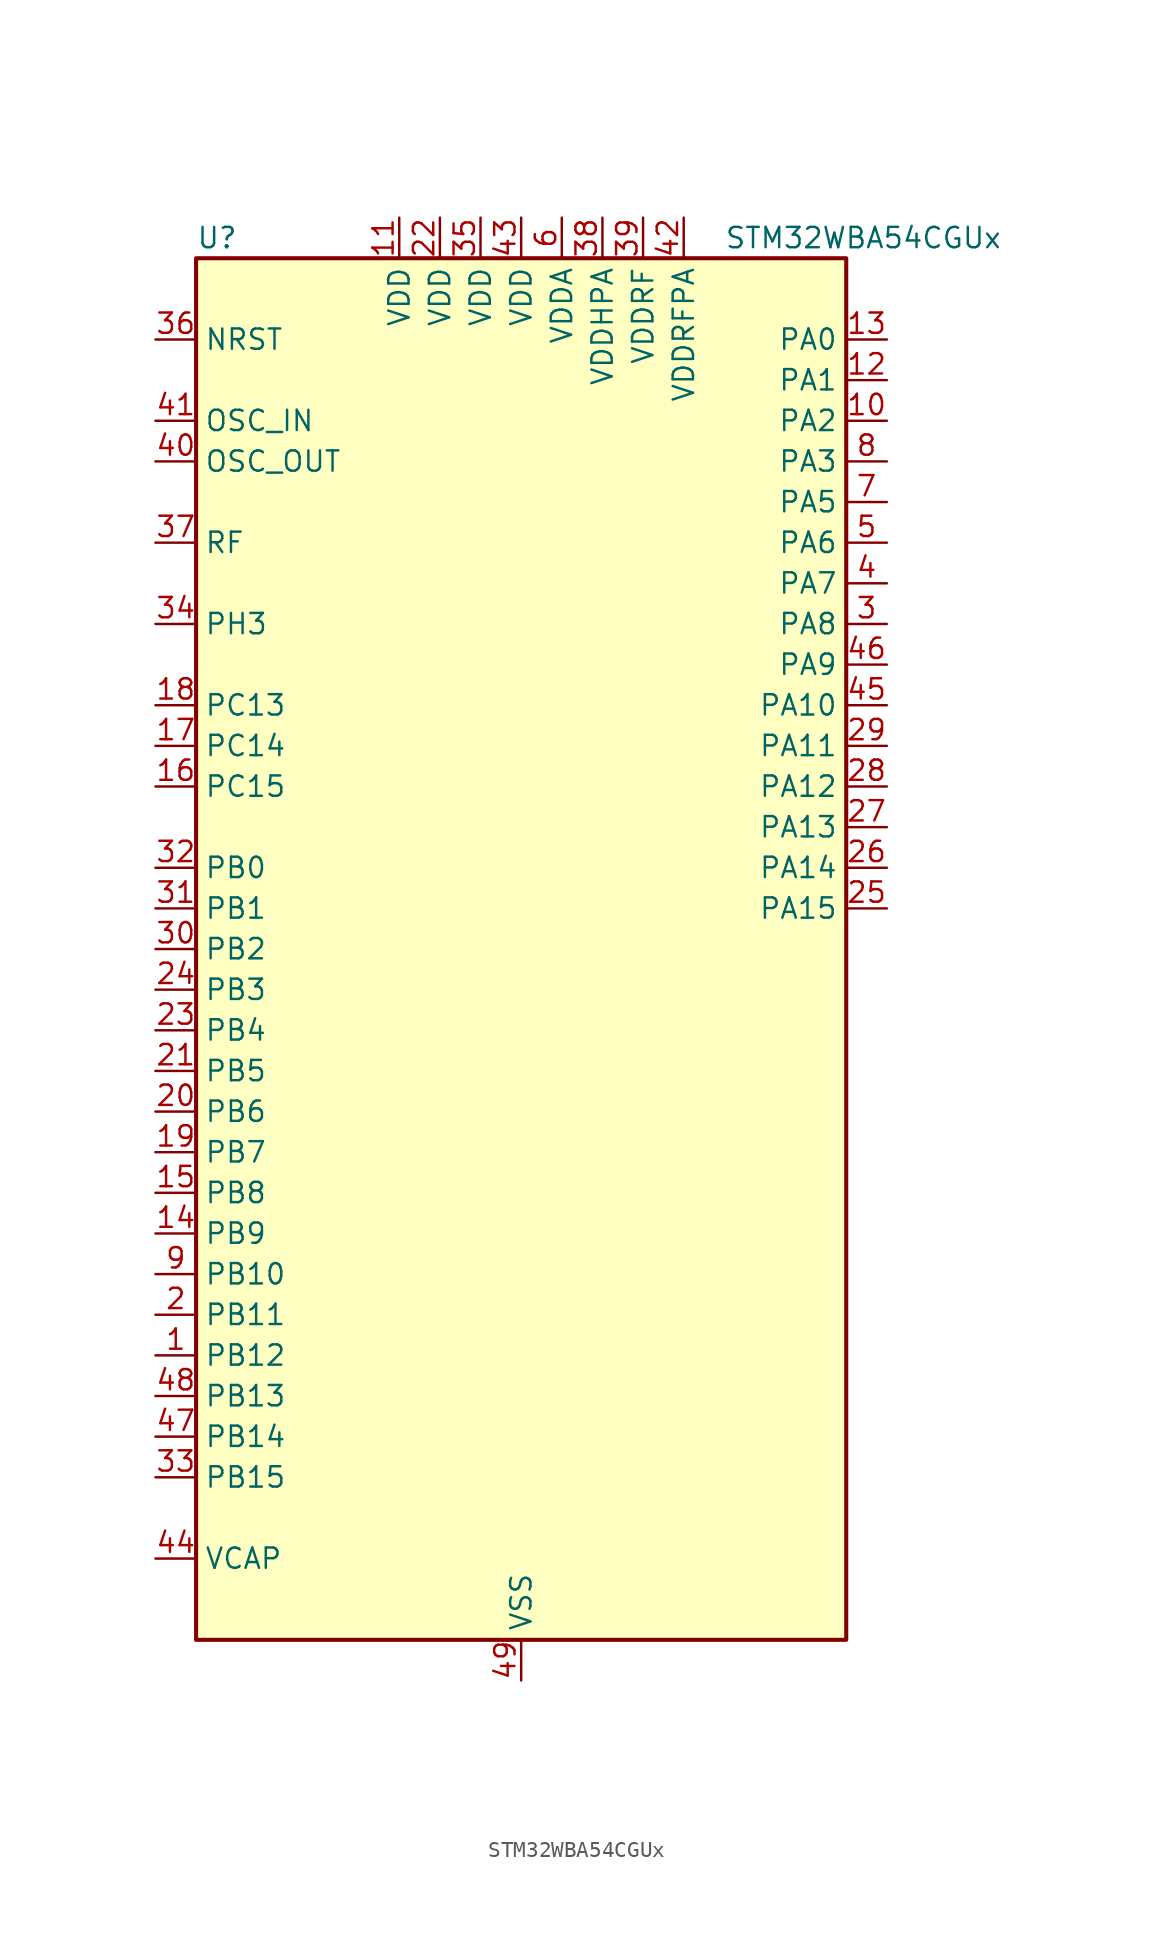
<source format=kicad_sym>
(kicad_symbol_lib
  (version 20231120)
  (generator "kicad-library-utils")
  (generator_version "8.0")
  (symbol "STM32WBA54CGUx"
    (property "Reference" "U"
      (at -20.32 44.45 0)
      (effects (font (size 1.27 1.27)) (justify left)))
    (property "Value" "STM32WBA54CGUx"
      (at 12.7 44.45 0)
      (effects (font (size 1.27 1.27)) (justify left)))
    (symbol "STM32WBA54CGUx_0_1"
      (rectangle (start -20.32 -43.18) (end 20.32 43.18) (stroke (width 0.254) (type default)) (fill (type background))))
    (symbol "STM32WBA54CGUx_1_1"
      (pin bidirectional line (at -22.86 -25.4 0) (length 2.54) (name "PB12" (effects (font (size 1.27 1.27)))) (number "1" (effects (font (size 1.27 1.27)))) (alternate "SAI1_SD_A" bidirectional line) (alternate "SPI1_RDY" bidirectional line) (alternate "TIM2_CH1" bidirectional line) (alternate "TIM2_ETR" bidirectional line) (alternate "TIM3_ETR" bidirectional line) (alternate "TSC_SYNC" bidirectional line) (alternate "USART1_TX" bidirectional line))
      (pin bidirectional line (at 22.86 33.02 180) (length 2.54) (name "PA2" (effects (font (size 1.27 1.27)))) (number "10" (effects (font (size 1.27 1.27)))) (alternate "ADC4_IN7" bidirectional line) (alternate "COMP1_INP" bidirectional line) (alternate "LPUART1_TX" bidirectional line) (alternate "PWR_WKUP4" bidirectional line) (alternate "RCC_LSCO" bidirectional line) (alternate "SAI1_D1" bidirectional line) (alternate "TIM16_CH1" bidirectional line) (alternate "TIM1_BKIN" bidirectional line) (alternate "TIM3_CH1" bidirectional line) (alternate "TSC_G4_IO4" bidirectional line) (alternate "USART1_DE" bidirectional line) (alternate "USART1_RTS" bidirectional line))
      (pin power_in line (at -7.62 45.72 270) (length 2.54) (name "VDD" (effects (font (size 1.27 1.27)))) (number "11" (effects (font (size 1.27 1.27)))))
      (pin bidirectional line (at 22.86 35.56 180) (length 2.54) (name "PA1" (effects (font (size 1.27 1.27)))) (number "12" (effects (font (size 1.27 1.27)))) (alternate "ADC4_IN8" bidirectional line) (alternate "COMP1_INM" bidirectional line) (alternate "LPTIM2_CH2" bidirectional line) (alternate "LPUART1_RX" bidirectional line) (alternate "PWR_WKUP3" bidirectional line) (alternate "SAI1_CK1" bidirectional line) (alternate "SPI1_RDY" bidirectional line) (alternate "TIM17_CH1" bidirectional line) (alternate "TIM1_CH1N" bidirectional line) (alternate "TIM3_CH2" bidirectional line) (alternate "TSC_G2_IO1" bidirectional line) (alternate "USART1_CK" bidirectional line))
      (pin bidirectional line (at 22.86 38.1 180) (length 2.54) (name "PA0" (effects (font (size 1.27 1.27)))) (number "13" (effects (font (size 1.27 1.27)))) (alternate "ADC4_IN9" bidirectional line) (alternate "COMP2_INP" bidirectional line) (alternate "LPTIM1_IN1" bidirectional line) (alternate "LPUART1_CTS" bidirectional line) (alternate "PWR_WKUP1" bidirectional line) (alternate "SPI3_SCK" bidirectional line) (alternate "TIM1_CH2N" bidirectional line) (alternate "TIM3_CH3" bidirectional line) (alternate "TIM3_ETR" bidirectional line) (alternate "TSC_G2_IO2" bidirectional line))
      (pin bidirectional line (at -22.86 -17.78 0) (length 2.54) (name "PB9" (effects (font (size 1.27 1.27)))) (number "14" (effects (font (size 1.27 1.27)))) (alternate "ADC4_IN10" bidirectional line) (alternate "COMP2_INM" bidirectional line) (alternate "IR_OUT" bidirectional line) (alternate "LPTIM2_IN1" bidirectional line) (alternate "LPUART1_DE" bidirectional line) (alternate "LPUART1_RTS" bidirectional line) (alternate "PWR_WKUP8" bidirectional line) (alternate "SPI3_MISO" bidirectional line) (alternate "TIM16_CH1" bidirectional line) (alternate "TIM1_CH3N" bidirectional line) (alternate "TIM3_CH4" bidirectional line) (alternate "TSC_G2_IO3" bidirectional line))
      (pin bidirectional line (at -22.86 -15.24 0) (length 2.54) (name "PB8" (effects (font (size 1.27 1.27)))) (number "15" (effects (font (size 1.27 1.27)))) (alternate "COMP1_OUT" bidirectional line) (alternate "LPTIM1_ETR" bidirectional line) (alternate "PWR_PVD_IN" bidirectional line) (alternate "SPI3_MOSI" bidirectional line) (alternate "TIM16_CH1N" bidirectional line) (alternate "TIM1_CH1" bidirectional line) (alternate "TIM3_ETR" bidirectional line) (alternate "TSC_G2_IO4" bidirectional line) (alternate "USART2_RX" bidirectional line))
      (pin bidirectional line (at -22.86 10.16 0) (length 2.54) (name "PC15" (effects (font (size 1.27 1.27)))) (number "16" (effects (font (size 1.27 1.27)))) (alternate "ADC4_EXTI15" bidirectional line) (alternate "RCC_OSC32_OUT" bidirectional line))
      (pin bidirectional line (at -22.86 12.7 0) (length 2.54) (name "PC14" (effects (font (size 1.27 1.27)))) (number "17" (effects (font (size 1.27 1.27)))) (alternate "RCC_OSC32_IN" bidirectional line))
      (pin bidirectional line (at -22.86 15.24 0) (length 2.54) (name "PC13" (effects (font (size 1.27 1.27)))) (number "18" (effects (font (size 1.27 1.27)))) (alternate "PWR_WKUP2" bidirectional line) (alternate "RTC_OUT1" bidirectional line) (alternate "RTC_TS" bidirectional line) (alternate "TAMP_IN4" bidirectional line) (alternate "TAMP_OUT5" bidirectional line) (alternate "TIM1_BKIN2" bidirectional line) (alternate "TSC_G5_IO1" bidirectional line))
      (pin bidirectional line (at -22.86 -12.7 0) (length 2.54) (name "PB7" (effects (font (size 1.27 1.27)))) (number "19" (effects (font (size 1.27 1.27)))) (alternate "PWR_WKUP5" bidirectional line) (alternate "SAI1_SD_B" bidirectional line) (alternate "TAMP_IN5" bidirectional line) (alternate "TAMP_OUT4" bidirectional line) (alternate "TIM1_CH4N" bidirectional line) (alternate "TSC_G5_IO2" bidirectional line))
      (pin bidirectional line (at -22.86 -22.86 0) (length 2.54) (name "PB11" (effects (font (size 1.27 1.27)))) (number "2" (effects (font (size 1.27 1.27)))) (alternate "LPTIM1_CH1" bidirectional line) (alternate "LPTIM1_ETR" bidirectional line) (alternate "LPUART1_TX" bidirectional line))
      (pin bidirectional line (at -22.86 -10.16 0) (length 2.54) (name "PB6" (effects (font (size 1.27 1.27)))) (number "20" (effects (font (size 1.27 1.27)))) (alternate "PWR_WKUP3" bidirectional line) (alternate "SAI1_SCK_B" bidirectional line) (alternate "TIM2_CH1" bidirectional line) (alternate "TIM2_ETR" bidirectional line) (alternate "TSC_G5_IO3" bidirectional line))
      (pin bidirectional line (at -22.86 -7.62 0) (length 2.54) (name "PB5" (effects (font (size 1.27 1.27)))) (number "21" (effects (font (size 1.27 1.27)))) (alternate "LPUART1_TX" bidirectional line) (alternate "SAI1_D2" bidirectional line) (alternate "SAI1_FS_B" bidirectional line) (alternate "TIM3_CH1" bidirectional line) (alternate "TSC_G5_IO4" bidirectional line))
      (pin power_in line (at -5.08 45.72 270) (length 2.54) (name "VDD" (effects (font (size 1.27 1.27)))) (number "22" (effects (font (size 1.27 1.27)))))
      (pin bidirectional line (at -22.86 -5.08 0) (length 2.54) (name "PB4" (effects (font (size 1.27 1.27)))) (number "23" (effects (font (size 1.27 1.27)))) (alternate "DEBUG_JTRST" bidirectional line) (alternate "LPTIM2_IN2" bidirectional line) (alternate "PTA_ACTIVE" bidirectional line) (alternate "PTA_PRIORITY" bidirectional line) (alternate "SAI1_MCLK_B" bidirectional line) (alternate "SPI1_SCK" bidirectional line) (alternate "TIM17_CH1" bidirectional line) (alternate "TIM1_CH3" bidirectional line) (alternate "TSC_G3_IO1" bidirectional line) (alternate "USART2_RX" bidirectional line))
      (pin bidirectional line (at -22.86 -2.54 0) (length 2.54) (name "PB3" (effects (font (size 1.27 1.27)))) (number "24" (effects (font (size 1.27 1.27)))) (alternate "DEBUG_JTDO-SWO" bidirectional line) (alternate "I2C1_SDA" bidirectional line) (alternate "LPTIM1_IN2" bidirectional line) (alternate "PTA_ACTIVE" bidirectional line) (alternate "SPI1_MISO" bidirectional line) (alternate "TIM17_CH1N" bidirectional line) (alternate "TIM1_CH4" bidirectional line) (alternate "TSC_G3_IO2" bidirectional line) (alternate "USART2_CK" bidirectional line))
      (pin bidirectional line (at 22.86 2.54 180) (length 2.54) (name "PA15" (effects (font (size 1.27 1.27)))) (number "25" (effects (font (size 1.27 1.27)))) (alternate "ADC4_EXTI15" bidirectional line) (alternate "DEBUG_JTDI" bidirectional line) (alternate "I2C1_SCL" bidirectional line) (alternate "LPTIM1_CH2" bidirectional line) (alternate "PTA_STATUS" bidirectional line) (alternate "SPI1_MOSI" bidirectional line) (alternate "TIM17_BKIN" bidirectional line) (alternate "TIM1_ETR" bidirectional line) (alternate "TSC_G3_IO3" bidirectional line) (alternate "USART2_DE" bidirectional line) (alternate "USART2_RTS" bidirectional line))
      (pin bidirectional line (at 22.86 5.08 180) (length 2.54) (name "PA14" (effects (font (size 1.27 1.27)))) (number "26" (effects (font (size 1.27 1.27)))) (alternate "COMP2_OUT" bidirectional line) (alternate "DEBUG_JTCK-SWCLK" bidirectional line) (alternate "PTA_STATUS" bidirectional line) (alternate "TAMP_IN3" bidirectional line) (alternate "TAMP_OUT6" bidirectional line) (alternate "USART2_TX" bidirectional line))
      (pin bidirectional line (at 22.86 7.62 180) (length 2.54) (name "PA13" (effects (font (size 1.27 1.27)))) (number "27" (effects (font (size 1.27 1.27)))) (alternate "DEBUG_JTMS-SWDIO" bidirectional line) (alternate "IR_OUT" bidirectional line) (alternate "PTA_PRIORITY" bidirectional line))
      (pin bidirectional line (at 22.86 10.16 180) (length 2.54) (name "PA12" (effects (font (size 1.27 1.27)))) (number "28" (effects (font (size 1.27 1.27)))) (alternate "COMP2_OUT" bidirectional line) (alternate "PTA_STATUS" bidirectional line) (alternate "PWR_WKUP6" bidirectional line) (alternate "RF_ANTSW0" bidirectional line) (alternate "SPI1_NSS" bidirectional line) (alternate "TIM1_CH2" bidirectional line) (alternate "TSC_G3_IO4" bidirectional line) (alternate "USART2_TX" bidirectional line))
      (pin bidirectional line (at 22.86 12.7 180) (length 2.54) (name "PA11" (effects (font (size 1.27 1.27)))) (number "29" (effects (font (size 1.27 1.27)))) (alternate "LPTIM2_CH1" bidirectional line) (alternate "RF_ANTSW1" bidirectional line) (alternate "TIM1_CH1" bidirectional line) (alternate "USART2_RX" bidirectional line))
      (pin bidirectional line (at 22.86 20.32 180) (length 2.54) (name "PA8" (effects (font (size 1.27 1.27)))) (number "3" (effects (font (size 1.27 1.27)))) (alternate "ADC4_IN1" bidirectional line) (alternate "LPTIM1_CH2" bidirectional line) (alternate "RCC_MCO" bidirectional line) (alternate "SAI1_FS_A" bidirectional line) (alternate "SPI3_RDY" bidirectional line) (alternate "TIM2_CH2" bidirectional line) (alternate "TSC_G1_IO1" bidirectional line) (alternate "USART1_RX" bidirectional line))
      (pin bidirectional line (at -22.86 0 0) (length 2.54) (name "PB2" (effects (font (size 1.27 1.27)))) (number "30" (effects (font (size 1.27 1.27)))) (alternate "I2C1_SCL" bidirectional line) (alternate "I2C3_SCL" bidirectional line) (alternate "PWR_WKUP1" bidirectional line) (alternate "RF_ANTSW2" bidirectional line) (alternate "RTC_OUT2" bidirectional line) (alternate "TIM1_CH1N" bidirectional line) (alternate "USART2_CTS" bidirectional line))
      (pin bidirectional line (at -22.86 2.54 0) (length 2.54) (name "PB1" (effects (font (size 1.27 1.27)))) (number "31" (effects (font (size 1.27 1.27)))) (alternate "I2C1_SDA" bidirectional line) (alternate "I2C3_SDA" bidirectional line) (alternate "PWR_WKUP4" bidirectional line) (alternate "TIM1_CH2N" bidirectional line) (alternate "USART2_DE" bidirectional line) (alternate "USART2_RTS" bidirectional line))
      (pin bidirectional line (at -22.86 5.08 0) (length 2.54) (name "PB0" (effects (font (size 1.27 1.27)))) (number "32" (effects (font (size 1.27 1.27)))) (alternate "LPTIM2_IN2" bidirectional line) (alternate "TIM1_CH3N" bidirectional line) (alternate "USART2_TX" bidirectional line))
      (pin bidirectional line (at -22.86 -33.02 0) (length 2.54) (name "PB15" (effects (font (size 1.27 1.27)))) (number "33" (effects (font (size 1.27 1.27)))) (alternate "ADC4_EXTI15" bidirectional line) (alternate "I2C1_SMBA" bidirectional line) (alternate "I2C3_SMBA" bidirectional line) (alternate "LPUART1_CTS" bidirectional line) (alternate "PTA_GRANT" bidirectional line) (alternate "RF_EXTPABYP" bidirectional line) (alternate "TIM16_BKIN" bidirectional line) (alternate "TIM1_BKIN2" bidirectional line) (alternate "USART2_CTS" bidirectional line))
      (pin bidirectional line (at -22.86 20.32 0) (length 2.54) (name "PH3" (effects (font (size 1.27 1.27)))) (number "34" (effects (font (size 1.27 1.27)))) (alternate "PTA_GRANT" bidirectional line) (alternate "RF_EXTPABYP" bidirectional line) (alternate "TAMP_IN2" bidirectional line) (alternate "TAMP_OUT1" bidirectional line))
      (pin power_in line (at -2.54 45.72 270) (length 2.54) (name "VDD" (effects (font (size 1.27 1.27)))) (number "35" (effects (font (size 1.27 1.27)))))
      (pin input line (at -22.86 38.1 0) (length 2.54) (name "NRST" (effects (font (size 1.27 1.27)))) (number "36" (effects (font (size 1.27 1.27)))))
      (pin bidirectional line (at -22.86 25.4 0) (length 2.54) (name "RF" (effects (font (size 1.27 1.27)))) (number "37" (effects (font (size 1.27 1.27)))))
      (pin power_in line (at 5.08 45.72 270) (length 2.54) (name "VDDHPA" (effects (font (size 1.27 1.27)))) (number "38" (effects (font (size 1.27 1.27)))))
      (pin power_in line (at 7.62 45.72 270) (length 2.54) (name "VDDRF" (effects (font (size 1.27 1.27)))) (number "39" (effects (font (size 1.27 1.27)))))
      (pin bidirectional line (at 22.86 22.86 180) (length 2.54) (name "PA7" (effects (font (size 1.27 1.27)))) (number "4" (effects (font (size 1.27 1.27)))) (alternate "ADC4_IN2" bidirectional line) (alternate "COMP1_OUT" bidirectional line) (alternate "I2C3_SDA" bidirectional line) (alternate "PWR_WKUP8" bidirectional line) (alternate "SAI1_SCK_A" bidirectional line) (alternate "TAMP_IN1" bidirectional line) (alternate "TAMP_OUT2" bidirectional line) (alternate "TIM2_CH3" bidirectional line) (alternate "TSC_G1_IO2" bidirectional line) (alternate "USART1_CTS" bidirectional line))
      (pin input line (at -22.86 30.48 0) (length 2.54) (name "OSC_OUT" (effects (font (size 1.27 1.27)))) (number "40" (effects (font (size 1.27 1.27)))) (alternate "RCC_OSC_OUT" bidirectional line))
      (pin input line (at -22.86 33.02 0) (length 2.54) (name "OSC_IN" (effects (font (size 1.27 1.27)))) (number "41" (effects (font (size 1.27 1.27)))) (alternate "RCC_OSC_IN" bidirectional line))
      (pin power_in line (at 10.16 45.72 270) (length 2.54) (name "VDDRFPA" (effects (font (size 1.27 1.27)))) (number "42" (effects (font (size 1.27 1.27)))))
      (pin power_in line (at 0 45.72 270) (length 2.54) (name "VDD" (effects (font (size 1.27 1.27)))) (number "43" (effects (font (size 1.27 1.27)))))
      (pin power_out line (at -22.86 -38.1 0) (length 2.54) (name "VCAP" (effects (font (size 1.27 1.27)))) (number "44" (effects (font (size 1.27 1.27)))))
      (pin bidirectional line (at 22.86 15.24 180) (length 2.54) (name "PA10" (effects (font (size 1.27 1.27)))) (number "45" (effects (font (size 1.27 1.27)))) (alternate "LPUART1_RX" bidirectional line) (alternate "SAI1_D1" bidirectional line) (alternate "TIM3_CH1" bidirectional line))
      (pin bidirectional line (at 22.86 17.78 180) (length 2.54) (name "PA9" (effects (font (size 1.27 1.27)))) (number "46" (effects (font (size 1.27 1.27)))) (alternate "LPUART1_DE" bidirectional line) (alternate "LPUART1_RTS" bidirectional line) (alternate "SAI1_CK1" bidirectional line) (alternate "TIM3_CH2" bidirectional line))
      (pin bidirectional line (at -22.86 -30.48 0) (length 2.54) (name "PB14" (effects (font (size 1.27 1.27)))) (number "47" (effects (font (size 1.27 1.27)))) (alternate "PWR_WKUP7" bidirectional line) (alternate "RTC_REFIN" bidirectional line) (alternate "SAI1_SD_A" bidirectional line) (alternate "TIM3_CH3" bidirectional line) (alternate "TSC_G6_IO1" bidirectional line) (alternate "USART1_TX" bidirectional line))
      (pin bidirectional line (at -22.86 -27.94 0) (length 2.54) (name "PB13" (effects (font (size 1.27 1.27)))) (number "48" (effects (font (size 1.27 1.27)))) (alternate "TIM3_CH4" bidirectional line) (alternate "TSC_G6_IO2" bidirectional line))
      (pin power_in line (at 0 -45.72 90) (length 2.54) (name "VSS" (effects (font (size 1.27 1.27)))) (number "49" (effects (font (size 1.27 1.27)))))
      (pin bidirectional line (at 22.86 25.4 180) (length 2.54) (name "PA6" (effects (font (size 1.27 1.27)))) (number "5" (effects (font (size 1.27 1.27)))) (alternate "ADC4_IN3" bidirectional line) (alternate "I2C3_SCL" bidirectional line) (alternate "PWR_CSTOP" bidirectional line) (alternate "PWR_WKUP7" bidirectional line) (alternate "SAI1_CK2" bidirectional line) (alternate "SAI1_MCLK_A" bidirectional line) (alternate "SPI3_RDY" bidirectional line) (alternate "TIM2_CH4" bidirectional line) (alternate "TSC_G1_IO3" bidirectional line) (alternate "USART1_DE" bidirectional line) (alternate "USART1_RTS" bidirectional line))
      (pin power_in line (at 2.54 45.72 270) (length 2.54) (name "VDDA" (effects (font (size 1.27 1.27)))) (number "6" (effects (font (size 1.27 1.27)))))
      (pin bidirectional line (at 22.86 27.94 180) (length 2.54) (name "PA5" (effects (font (size 1.27 1.27)))) (number "7" (effects (font (size 1.27 1.27)))) (alternate "ADC4_IN4" bidirectional line) (alternate "AUDIOCLK" bidirectional line) (alternate "LPTIM2_ETR" bidirectional line) (alternate "PWR_CSLEEP" bidirectional line) (alternate "PWR_WKUP6" bidirectional line) (alternate "SAI1_D2" bidirectional line) (alternate "SPI3_NSS" bidirectional line) (alternate "TIM2_CH1" bidirectional line) (alternate "TIM2_ETR" bidirectional line) (alternate "TSC_G1_IO4" bidirectional line) (alternate "USART1_CK" bidirectional line))
      (pin bidirectional line (at 22.86 30.48 180) (length 2.54) (name "PA3" (effects (font (size 1.27 1.27)))) (number "8" (effects (font (size 1.27 1.27)))) (alternate "ADC4_IN6" bidirectional line) (alternate "PWR_WKUP5" bidirectional line) (alternate "TIM16_CH1N" bidirectional line) (alternate "TSC_G4_IO2" bidirectional line) (alternate "USART1_DE" bidirectional line) (alternate "USART1_RTS" bidirectional line))
      (pin bidirectional line (at -22.86 -20.32 0) (length 2.54) (name "PB10" (effects (font (size 1.27 1.27)))) (number "9" (effects (font (size 1.27 1.27)))) (alternate "TIM16_BKIN" bidirectional line) (alternate "TSC_G4_IO3" bidirectional line) (alternate "USART1_CK" bidirectional line)))))
</source>
